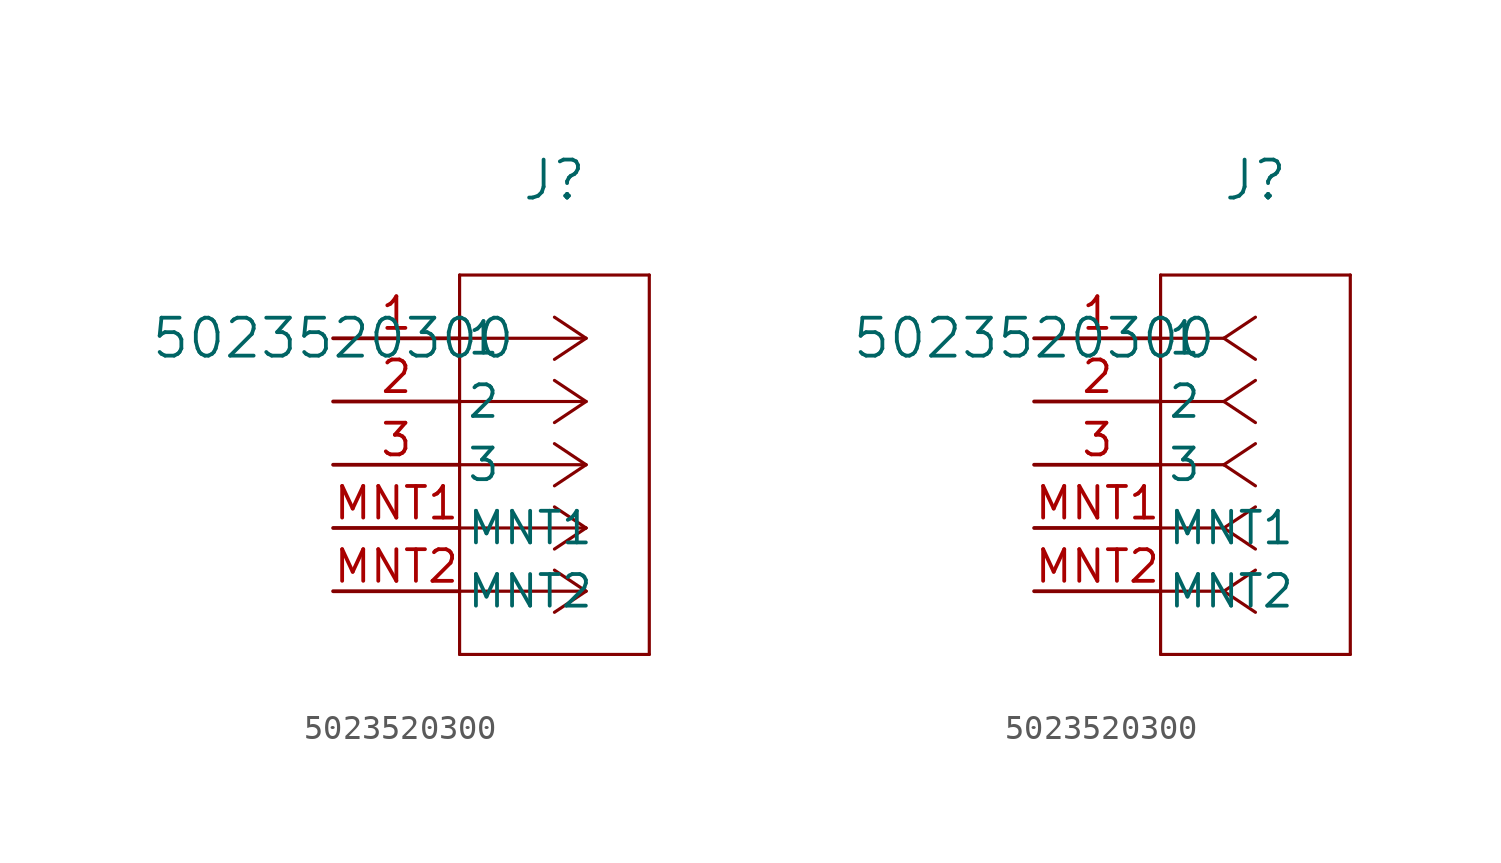
<source format=kicad_sym>
(kicad_symbol_lib
  (version 20211014)
  (generator kicad_symbol_editor)
  (symbol "5023520300"
    (pin_names
      (offset 0.254))
    (property "Reference" "J"
      (at 8.89 6.35 0)
      (effects (font (size 1.524 1.524))))
    (property "Value" "5023520300"
      (at 0 0 0)
      (effects (font (size 1.524 1.524))))
    (symbol "5023520300_1_1"
      (polyline (pts (xy 10.16 0) (xy 5.08 0)) (stroke (width 0.127) (type default) (color 0 0 0 0)) (fill (type none)))
      (polyline (pts (xy 10.16 -2.54) (xy 5.08 -2.54)) (stroke (width 0.127) (type default) (color 0 0 0 0)) (fill (type none)))
      (polyline (pts (xy 10.16 -5.08) (xy 5.08 -5.08)) (stroke (width 0.127) (type default) (color 0 0 0 0)) (fill (type none)))
      (polyline (pts (xy 10.16 -7.62) (xy 5.08 -7.62)) (stroke (width 0.127) (type default) (color 0 0 0 0)) (fill (type none)))
      (polyline (pts (xy 10.16 -10.16) (xy 5.08 -10.16)) (stroke (width 0.127) (type default) (color 0 0 0 0)) (fill (type none)))
      (polyline (pts (xy 10.16 0) (xy 8.89 0.847)) (stroke (width 0.127) (type default) (color 0 0 0 0)) (fill (type none)))
      (polyline (pts (xy 10.16 -2.54) (xy 8.89 -1.693)) (stroke (width 0.127) (type default) (color 0 0 0 0)) (fill (type none)))
      (polyline (pts (xy 10.16 -5.08) (xy 8.89 -4.233)) (stroke (width 0.127) (type default) (color 0 0 0 0)) (fill (type none)))
      (polyline (pts (xy 10.16 -7.62) (xy 8.89 -6.773)) (stroke (width 0.127) (type default) (color 0 0 0 0)) (fill (type none)))
      (polyline (pts (xy 10.16 -10.16) (xy 8.89 -9.313)) (stroke (width 0.127) (type default) (color 0 0 0 0)) (fill (type none)))
      (polyline (pts (xy 10.16 0) (xy 8.89 -0.847)) (stroke (width 0.127) (type default) (color 0 0 0 0)) (fill (type none)))
      (polyline (pts (xy 10.16 -2.54) (xy 8.89 -3.387)) (stroke (width 0.127) (type default) (color 0 0 0 0)) (fill (type none)))
      (polyline (pts (xy 10.16 -5.08) (xy 8.89 -5.927)) (stroke (width 0.127) (type default) (color 0 0 0 0)) (fill (type none)))
      (polyline (pts (xy 10.16 -7.62) (xy 8.89 -8.467)) (stroke (width 0.127) (type default) (color 0 0 0 0)) (fill (type none)))
      (polyline (pts (xy 10.16 -10.16) (xy 8.89 -11.007)) (stroke (width 0.127) (type default) (color 0 0 0 0)) (fill (type none)))
      (polyline (pts (xy 5.08 2.54) (xy 5.08 -12.7)) (stroke (width 0.127) (type default) (color 0 0 0 0)) (fill (type none)))
      (polyline (pts (xy 5.08 -12.7) (xy 12.7 -12.7)) (stroke (width 0.127) (type default) (color 0 0 0 0)) (fill (type none)))
      (polyline (pts (xy 12.7 -12.7) (xy 12.7 2.54)) (stroke (width 0.127) (type default) (color 0 0 0 0)) (fill (type none)))
      (polyline (pts (xy 12.7 2.54) (xy 5.08 2.54)) (stroke (width 0.127) (type default) (color 0 0 0 0)) (fill (type none)))
      (pin unspecified line (at 0 0 0) (length 5.08) (name "1" (effects (font (size 1.27 1.27)))) (number "1" (effects (font (size 1.27 1.27)))))
      (pin unspecified line (at 0 -2.54 0) (length 5.08) (name "2" (effects (font (size 1.27 1.27)))) (number "2" (effects (font (size 1.27 1.27)))))
      (pin unspecified line (at 0 -5.08 0) (length 5.08) (name "3" (effects (font (size 1.27 1.27)))) (number "3" (effects (font (size 1.27 1.27)))))
      (pin unspecified line (at 0 -7.62 0) (length 5.08) (name "MNT1" (effects (font (size 1.27 1.27)))) (number "MNT1" (effects (font (size 1.27 1.27)))))
      (pin unspecified line (at 0 -10.16 0) (length 5.08) (name "MNT2" (effects (font (size 1.27 1.27)))) (number "MNT2" (effects (font (size 1.27 1.27))))))
    (symbol "5023520300_1_2"
      (polyline (pts (xy 7.62 0) (xy 5.08 0)) (stroke (width 0.127) (type default) (color 0 0 0 0)) (fill (type none)))
      (polyline (pts (xy 7.62 -2.54) (xy 5.08 -2.54)) (stroke (width 0.127) (type default) (color 0 0 0 0)) (fill (type none)))
      (polyline (pts (xy 7.62 -5.08) (xy 5.08 -5.08)) (stroke (width 0.127) (type default) (color 0 0 0 0)) (fill (type none)))
      (polyline (pts (xy 7.62 -7.62) (xy 5.08 -7.62)) (stroke (width 0.127) (type default) (color 0 0 0 0)) (fill (type none)))
      (polyline (pts (xy 7.62 -10.16) (xy 5.08 -10.16)) (stroke (width 0.127) (type default) (color 0 0 0 0)) (fill (type none)))
      (polyline (pts (xy 7.62 0) (xy 8.89 0.847)) (stroke (width 0.127) (type default) (color 0 0 0 0)) (fill (type none)))
      (polyline (pts (xy 7.62 -2.54) (xy 8.89 -1.693)) (stroke (width 0.127) (type default) (color 0 0 0 0)) (fill (type none)))
      (polyline (pts (xy 7.62 -5.08) (xy 8.89 -4.233)) (stroke (width 0.127) (type default) (color 0 0 0 0)) (fill (type none)))
      (polyline (pts (xy 7.62 -7.62) (xy 8.89 -6.773)) (stroke (width 0.127) (type default) (color 0 0 0 0)) (fill (type none)))
      (polyline (pts (xy 7.62 -10.16) (xy 8.89 -9.313)) (stroke (width 0.127) (type default) (color 0 0 0 0)) (fill (type none)))
      (polyline (pts (xy 7.62 0) (xy 8.89 -0.847)) (stroke (width 0.127) (type default) (color 0 0 0 0)) (fill (type none)))
      (polyline (pts (xy 7.62 -2.54) (xy 8.89 -3.387)) (stroke (width 0.127) (type default) (color 0 0 0 0)) (fill (type none)))
      (polyline (pts (xy 7.62 -5.08) (xy 8.89 -5.927)) (stroke (width 0.127) (type default) (color 0 0 0 0)) (fill (type none)))
      (polyline (pts (xy 7.62 -7.62) (xy 8.89 -8.467)) (stroke (width 0.127) (type default) (color 0 0 0 0)) (fill (type none)))
      (polyline (pts (xy 7.62 -10.16) (xy 8.89 -11.007)) (stroke (width 0.127) (type default) (color 0 0 0 0)) (fill (type none)))
      (polyline (pts (xy 5.08 2.54) (xy 5.08 -12.7)) (stroke (width 0.127) (type default) (color 0 0 0 0)) (fill (type none)))
      (polyline (pts (xy 5.08 -12.7) (xy 12.7 -12.7)) (stroke (width 0.127) (type default) (color 0 0 0 0)) (fill (type none)))
      (polyline (pts (xy 12.7 -12.7) (xy 12.7 2.54)) (stroke (width 0.127) (type default) (color 0 0 0 0)) (fill (type none)))
      (polyline (pts (xy 12.7 2.54) (xy 5.08 2.54)) (stroke (width 0.127) (type default) (color 0 0 0 0)) (fill (type none)))
      (pin unspecified line (at 0 0 0) (length 5.08) (name "1" (effects (font (size 1.27 1.27)))) (number "1" (effects (font (size 1.27 1.27)))))
      (pin unspecified line (at 0 -2.54 0) (length 5.08) (name "2" (effects (font (size 1.27 1.27)))) (number "2" (effects (font (size 1.27 1.27)))))
      (pin unspecified line (at 0 -5.08 0) (length 5.08) (name "3" (effects (font (size 1.27 1.27)))) (number "3" (effects (font (size 1.27 1.27)))))
      (pin unspecified line (at 0 -7.62 0) (length 5.08) (name "MNT1" (effects (font (size 1.27 1.27)))) (number "MNT1" (effects (font (size 1.27 1.27)))))
      (pin unspecified line (at 0 -10.16 0) (length 5.08) (name "MNT2" (effects (font (size 1.27 1.27)))) (number "MNT2" (effects (font (size 1.27 1.27))))))))
</source>
